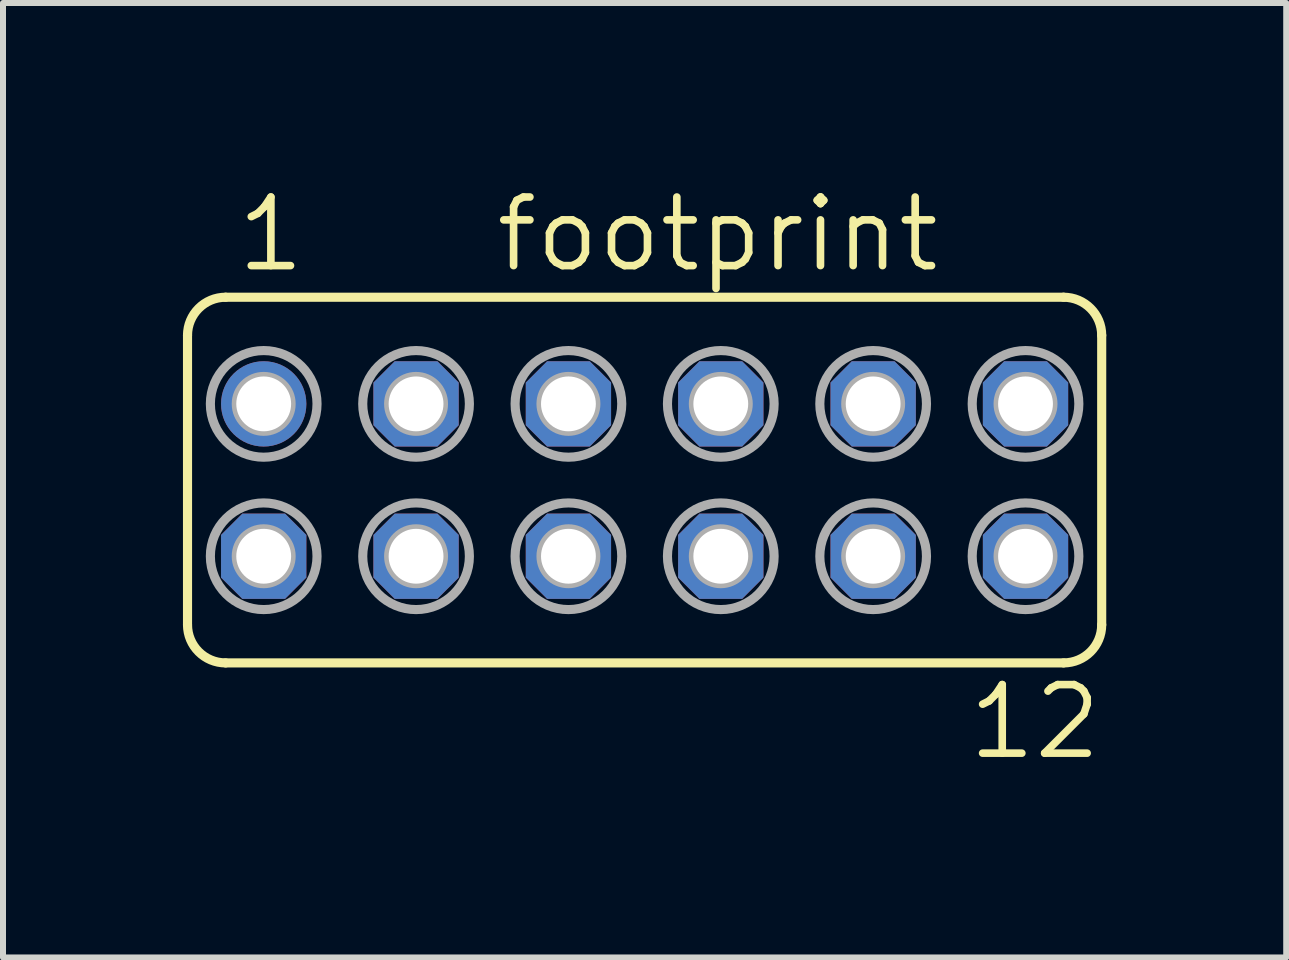
<source format=kicad_pcb>
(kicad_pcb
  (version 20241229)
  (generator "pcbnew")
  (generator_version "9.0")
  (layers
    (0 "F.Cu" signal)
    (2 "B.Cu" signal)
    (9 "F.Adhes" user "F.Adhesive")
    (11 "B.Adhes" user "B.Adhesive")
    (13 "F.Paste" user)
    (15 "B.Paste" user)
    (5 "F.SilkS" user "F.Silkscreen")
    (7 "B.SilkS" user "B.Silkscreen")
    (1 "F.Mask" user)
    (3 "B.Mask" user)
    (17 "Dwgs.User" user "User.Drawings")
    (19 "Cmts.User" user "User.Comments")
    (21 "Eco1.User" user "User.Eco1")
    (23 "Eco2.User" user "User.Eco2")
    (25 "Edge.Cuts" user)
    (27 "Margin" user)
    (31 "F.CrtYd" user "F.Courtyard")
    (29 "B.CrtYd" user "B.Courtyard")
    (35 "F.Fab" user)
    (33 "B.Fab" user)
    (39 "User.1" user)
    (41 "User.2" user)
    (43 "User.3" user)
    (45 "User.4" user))
  (footprint "footprint"
    (layer "F.Cu")
    (at 7.696 4.953)
    (property "Reference" "footprint" (at -2.54 -3.429 0) (layer "F.SilkS") (effects (font (size 1.143 1.143) (thickness 0.127)) (justify left bottom)))
    (fp_line (start -7.62 2.413) (end -7.62 -2.413) (stroke (width 0.152) (type solid)) (layer "F.SilkS"))
    (fp_line (start -6.985 -3.048) (end 6.985 -3.048) (stroke (width 0.152) (type solid)) (layer "F.SilkS"))
    (fp_line (start -6.985 3.048) (end 6.985 3.048) (stroke (width 0.152) (type solid)) (layer "F.SilkS"))
    (fp_line (start 7.62 2.413) (end 7.62 -2.413) (stroke (width 0.152) (type solid)) (layer "F.SilkS"))
    (fp_arc (start -7.62 -2.413) (mid -7.434013 -2.862013) (end -6.985 -3.048) (stroke (width 0.1524) (type solid)) (layer "F.SilkS"))
    (fp_arc (start -6.985 3.048) (mid -7.434013 2.862013) (end -7.62 2.413) (stroke (width 0.1524) (type solid)) (layer "F.SilkS"))
    (fp_arc (start 6.985 -3.048) (mid 7.434013 -2.862013) (end 7.62 -2.413) (stroke (width 0.1524) (type solid)) (layer "F.SilkS"))
    (fp_arc (start 7.62 2.413) (mid 7.434013 2.862013) (end 6.985 3.048) (stroke (width 0.1524) (type solid)) (layer "F.SilkS"))
    (fp_circle (center -6.35 -1.27) (end -6.223 -1.27) (stroke (width 0.406) (type solid)) (fill no) (layer "F.Fab"))
    (fp_circle (center -6.35 -1.27) (end -5.461 -1.27) (stroke (width 0.152) (type solid)) (fill no) (layer "F.Fab"))
    (fp_circle (center -6.35 1.27) (end -6.223 1.27) (stroke (width 0.406) (type solid)) (fill no) (layer "F.Fab"))
    (fp_circle (center -6.35 1.27) (end -5.461 1.27) (stroke (width 0.152) (type solid)) (fill no) (layer "F.Fab"))
    (fp_circle (center -3.81 -1.27) (end -3.683 -1.27) (stroke (width 0.406) (type solid)) (fill no) (layer "F.Fab"))
    (fp_circle (center -3.81 -1.27) (end -2.921 -1.27) (stroke (width 0.152) (type solid)) (fill no) (layer "F.Fab"))
    (fp_circle (center -3.81 1.27) (end -3.683 1.27) (stroke (width 0.406) (type solid)) (fill no) (layer "F.Fab"))
    (fp_circle (center -3.81 1.27) (end -2.921 1.27) (stroke (width 0.152) (type solid)) (fill no) (layer "F.Fab"))
    (fp_circle (center -1.27 -1.27) (end -1.143 -1.27) (stroke (width 0.406) (type solid)) (fill no) (layer "F.Fab"))
    (fp_circle (center -1.27 -1.27) (end -0.381 -1.27) (stroke (width 0.152) (type solid)) (fill no) (layer "F.Fab"))
    (fp_circle (center -1.27 1.27) (end -1.143 1.27) (stroke (width 0.406) (type solid)) (fill no) (layer "F.Fab"))
    (fp_circle (center -1.27 1.27) (end -0.381 1.27) (stroke (width 0.152) (type solid)) (fill no) (layer "F.Fab"))
    (fp_circle (center 1.27 -1.27) (end 1.397 -1.27) (stroke (width 0.406) (type solid)) (fill no) (layer "F.Fab"))
    (fp_circle (center 1.27 -1.27) (end 2.159 -1.27) (stroke (width 0.152) (type solid)) (fill no) (layer "F.Fab"))
    (fp_circle (center 1.27 1.27) (end 1.397 1.27) (stroke (width 0.406) (type solid)) (fill no) (layer "F.Fab"))
    (fp_circle (center 1.27 1.27) (end 2.159 1.27) (stroke (width 0.152) (type solid)) (fill no) (layer "F.Fab"))
    (fp_circle (center 3.81 -1.27) (end 3.937 -1.27) (stroke (width 0.406) (type solid)) (fill no) (layer "F.Fab"))
    (fp_circle (center 3.81 -1.27) (end 4.699 -1.27) (stroke (width 0.152) (type solid)) (fill no) (layer "F.Fab"))
    (fp_circle (center 3.81 1.27) (end 3.937 1.27) (stroke (width 0.406) (type solid)) (fill no) (layer "F.Fab"))
    (fp_circle (center 3.81 1.27) (end 4.699 1.27) (stroke (width 0.152) (type solid)) (fill no) (layer "F.Fab"))
    (fp_circle (center 6.35 -1.27) (end 6.477 -1.27) (stroke (width 0.406) (type solid)) (fill no) (layer "F.Fab"))
    (fp_circle (center 6.35 -1.27) (end 7.239 -1.27) (stroke (width 0.152) (type solid)) (fill no) (layer "F.Fab"))
    (fp_circle (center 6.35 1.27) (end 6.477 1.27) (stroke (width 0.406) (type solid)) (fill no) (layer "F.Fab"))
    (fp_circle (center 6.35 1.27) (end 7.239 1.27) (stroke (width 0.152) (type solid)) (fill no) (layer "F.Fab"))
    (fp_text user "1" (at -6.858 -3.429 0) (layer "F.SilkS") (effects (font (size 1.143 1.143) (thickness 0.127)) (justify left bottom)))
    (fp_text user "12" (at 5.334 4.699 0) (layer "F.SilkS") (effects (font (size 1.143 1.143) (thickness 0.127)) (justify left bottom)))
    (pad "1" thru_hole circle (at -6.35 -1.27) (size 1.422 1.422) (drill 0.914) (layers "*.Cu" "*.Mask"))
    (pad "2" thru_hole roundrect (at -6.35 1.27) (size 1.422 1.422) (drill 0.914) (layers "*.Cu" "*.Mask") (roundrect_rratio 0.25) (chamfer_ratio 0.25) (chamfer top_left top_right bottom_left bottom_right))
    (pad "3" thru_hole roundrect (at -3.81 -1.27) (size 1.422 1.422) (drill 0.914) (layers "*.Cu" "*.Mask") (roundrect_rratio 0.25) (chamfer_ratio 0.25) (chamfer top_left top_right bottom_left bottom_right))
    (pad "4" thru_hole roundrect (at -3.81 1.27) (size 1.422 1.422) (drill 0.914) (layers "*.Cu" "*.Mask") (roundrect_rratio 0.25) (chamfer_ratio 0.25) (chamfer top_left top_right bottom_left bottom_right))
    (pad "5" thru_hole roundrect (at -1.27 -1.27) (size 1.422 1.422) (drill 0.914) (layers "*.Cu" "*.Mask") (roundrect_rratio 0.25) (chamfer_ratio 0.25) (chamfer top_left top_right bottom_left bottom_right))
    (pad "6" thru_hole roundrect (at -1.27 1.27) (size 1.422 1.422) (drill 0.914) (layers "*.Cu" "*.Mask") (roundrect_rratio 0.25) (chamfer_ratio 0.25) (chamfer top_left top_right bottom_left bottom_right))
    (pad "7" thru_hole roundrect (at 1.27 -1.27) (size 1.422 1.422) (drill 0.914) (layers "*.Cu" "*.Mask") (roundrect_rratio 0.25) (chamfer_ratio 0.25) (chamfer top_left top_right bottom_left bottom_right))
    (pad "8" thru_hole roundrect (at 1.27 1.27) (size 1.422 1.422) (drill 0.914) (layers "*.Cu" "*.Mask") (roundrect_rratio 0.25) (chamfer_ratio 0.25) (chamfer top_left top_right bottom_left bottom_right))
    (pad "9" thru_hole roundrect (at 3.81 -1.27) (size 1.422 1.422) (drill 0.914) (layers "*.Cu" "*.Mask") (roundrect_rratio 0.25) (chamfer_ratio 0.25) (chamfer top_left top_right bottom_left bottom_right))
    (pad "10" thru_hole roundrect (at 3.81 1.27) (size 1.422 1.422) (drill 0.914) (layers "*.Cu" "*.Mask") (roundrect_rratio 0.25) (chamfer_ratio 0.25) (chamfer top_left top_right bottom_left bottom_right))
    (pad "11" thru_hole roundrect (at 6.35 -1.27) (size 1.422 1.422) (drill 0.914) (layers "*.Cu" "*.Mask") (roundrect_rratio 0.25) (chamfer_ratio 0.25) (chamfer top_left top_right bottom_left bottom_right))
    (pad "12" thru_hole roundrect (at 6.35 1.27) (size 1.422 1.422) (drill 0.914) (layers "*.Cu" "*.Mask") (roundrect_rratio 0.25) (chamfer_ratio 0.25) (chamfer top_left top_right bottom_left bottom_right)))
  (gr_rect
    (start -3 -3)
    (end 18.392 12.911)
    (stroke (width 0.1) (type default))
    (fill no)
    (layer "Edge.Cuts")))
</source>
